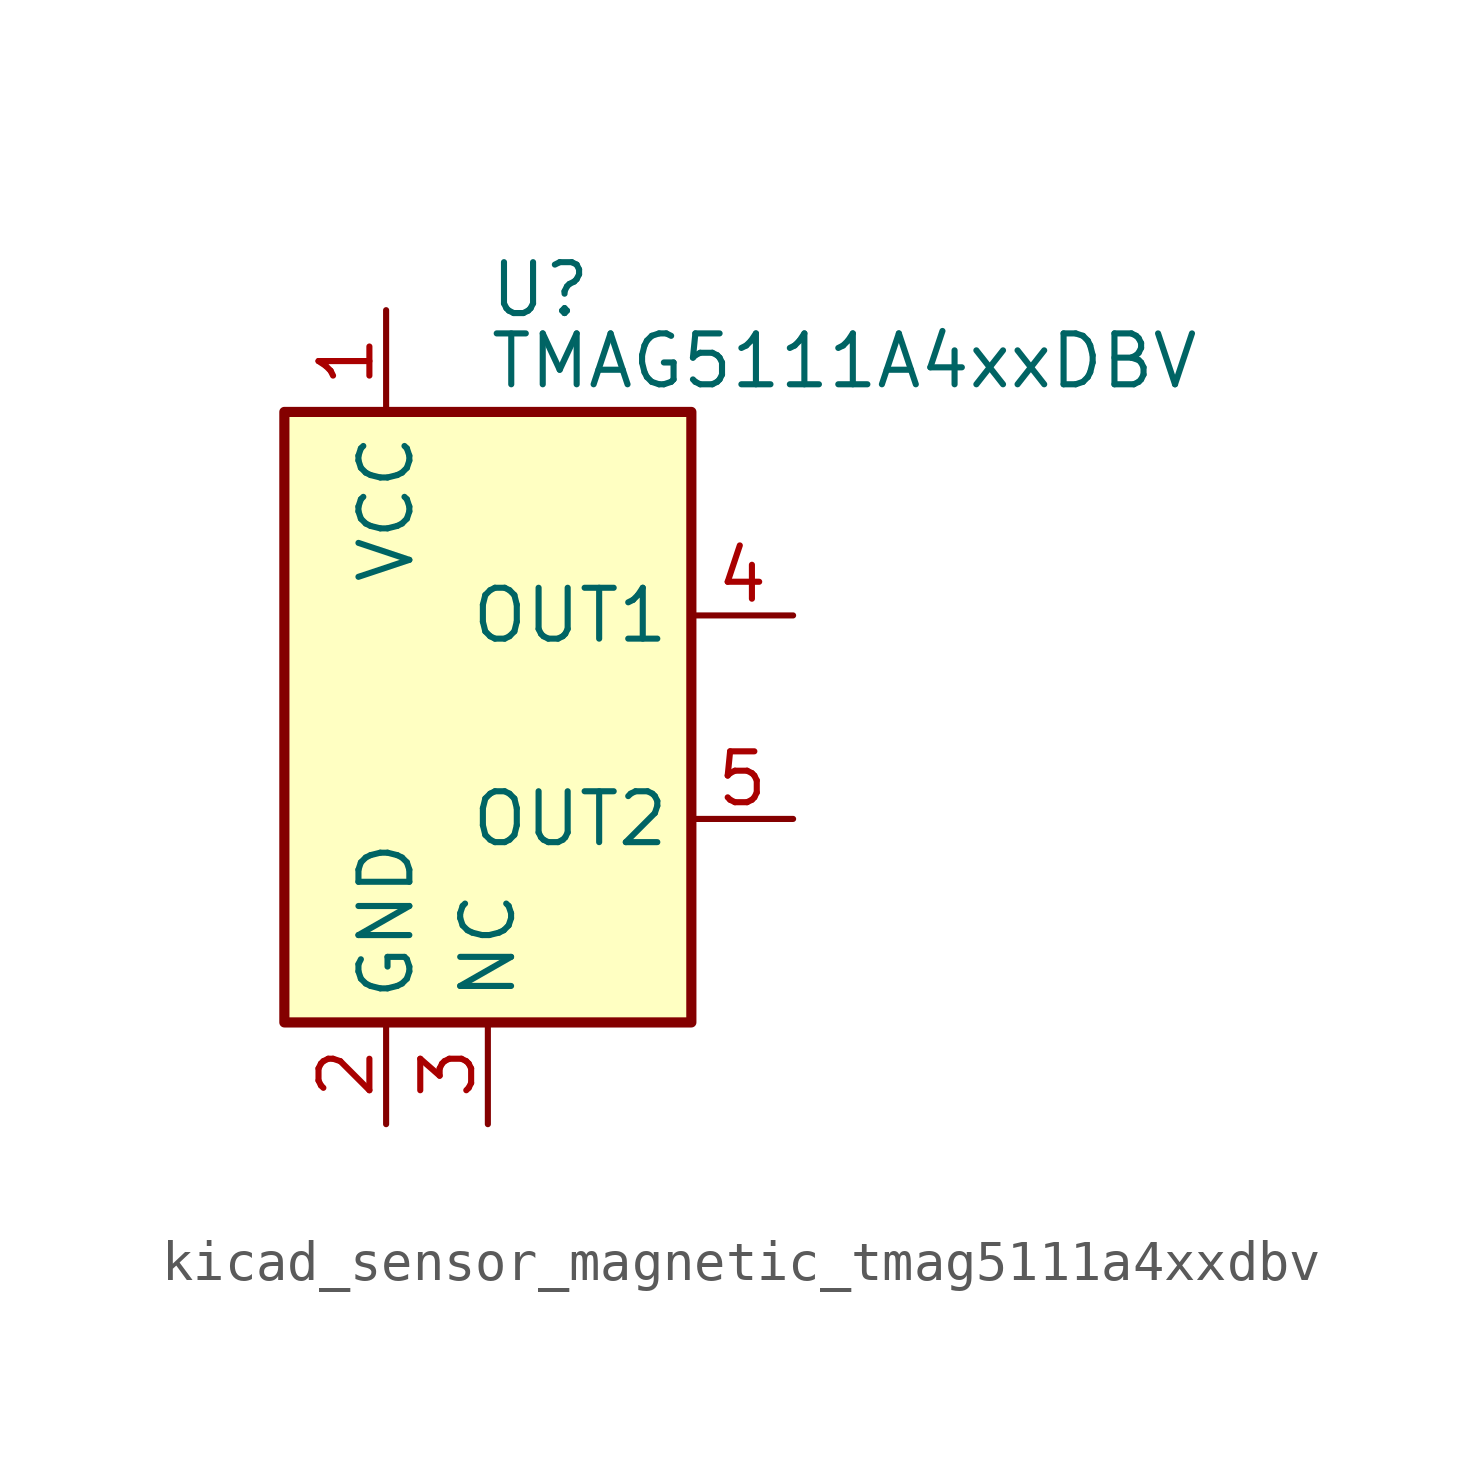
<source format=kicad_sym>
(kicad_symbol_lib
  (version 20220914)
  (generator kicad_symbol_editor)
  (symbol "kicad_sensor_magnetic_tmag5111a4xxdbv"
    (property "Reference" "U"
      (at 0 10.668 0)
      (effects (font (size 1.27 1.27)) (justify left)))
    (property "Value" "TMAG5111A4xxDBV"
      (at 0 8.89 0)
      (effects (font (size 1.27 1.27)) (justify left)))
    (symbol "kicad_sensor_magnetic_tmag5111a4xxdbv_0_0"
      (pin passive line (at 0 -10.16 90) (length 2.54) (name "NC" (effects (font (size 1.27 1.27)))) (number "3" (effects (font (size 1.27 1.27)))))
      (pin open_collector line (at 7.62 -2.54 180) (length 2.54) (name "OUT2" (effects (font (size 1.27 1.27)))) (number "5" (effects (font (size 1.27 1.27))))))
    (symbol "kicad_sensor_magnetic_tmag5111a4xxdbv_0_1"
      (rectangle (start -5.08 7.62) (end 5.08 -7.62) (stroke (width 0.254) (type default)) (fill (type background))))
    (symbol "kicad_sensor_magnetic_tmag5111a4xxdbv_1_1"
      (pin power_in line (at -2.54 10.16 270) (length 2.54) (name "VCC" (effects (font (size 1.27 1.27)))) (number "1" (effects (font (size 1.27 1.27)))))
      (pin power_in line (at -2.54 -10.16 90) (length 2.54) (name "GND" (effects (font (size 1.27 1.27)))) (number "2" (effects (font (size 1.27 1.27)))))
      (pin open_collector line (at 7.62 2.54 180) (length 2.54) (name "OUT1" (effects (font (size 1.27 1.27)))) (number "4" (effects (font (size 1.27 1.27))))))))
</source>
